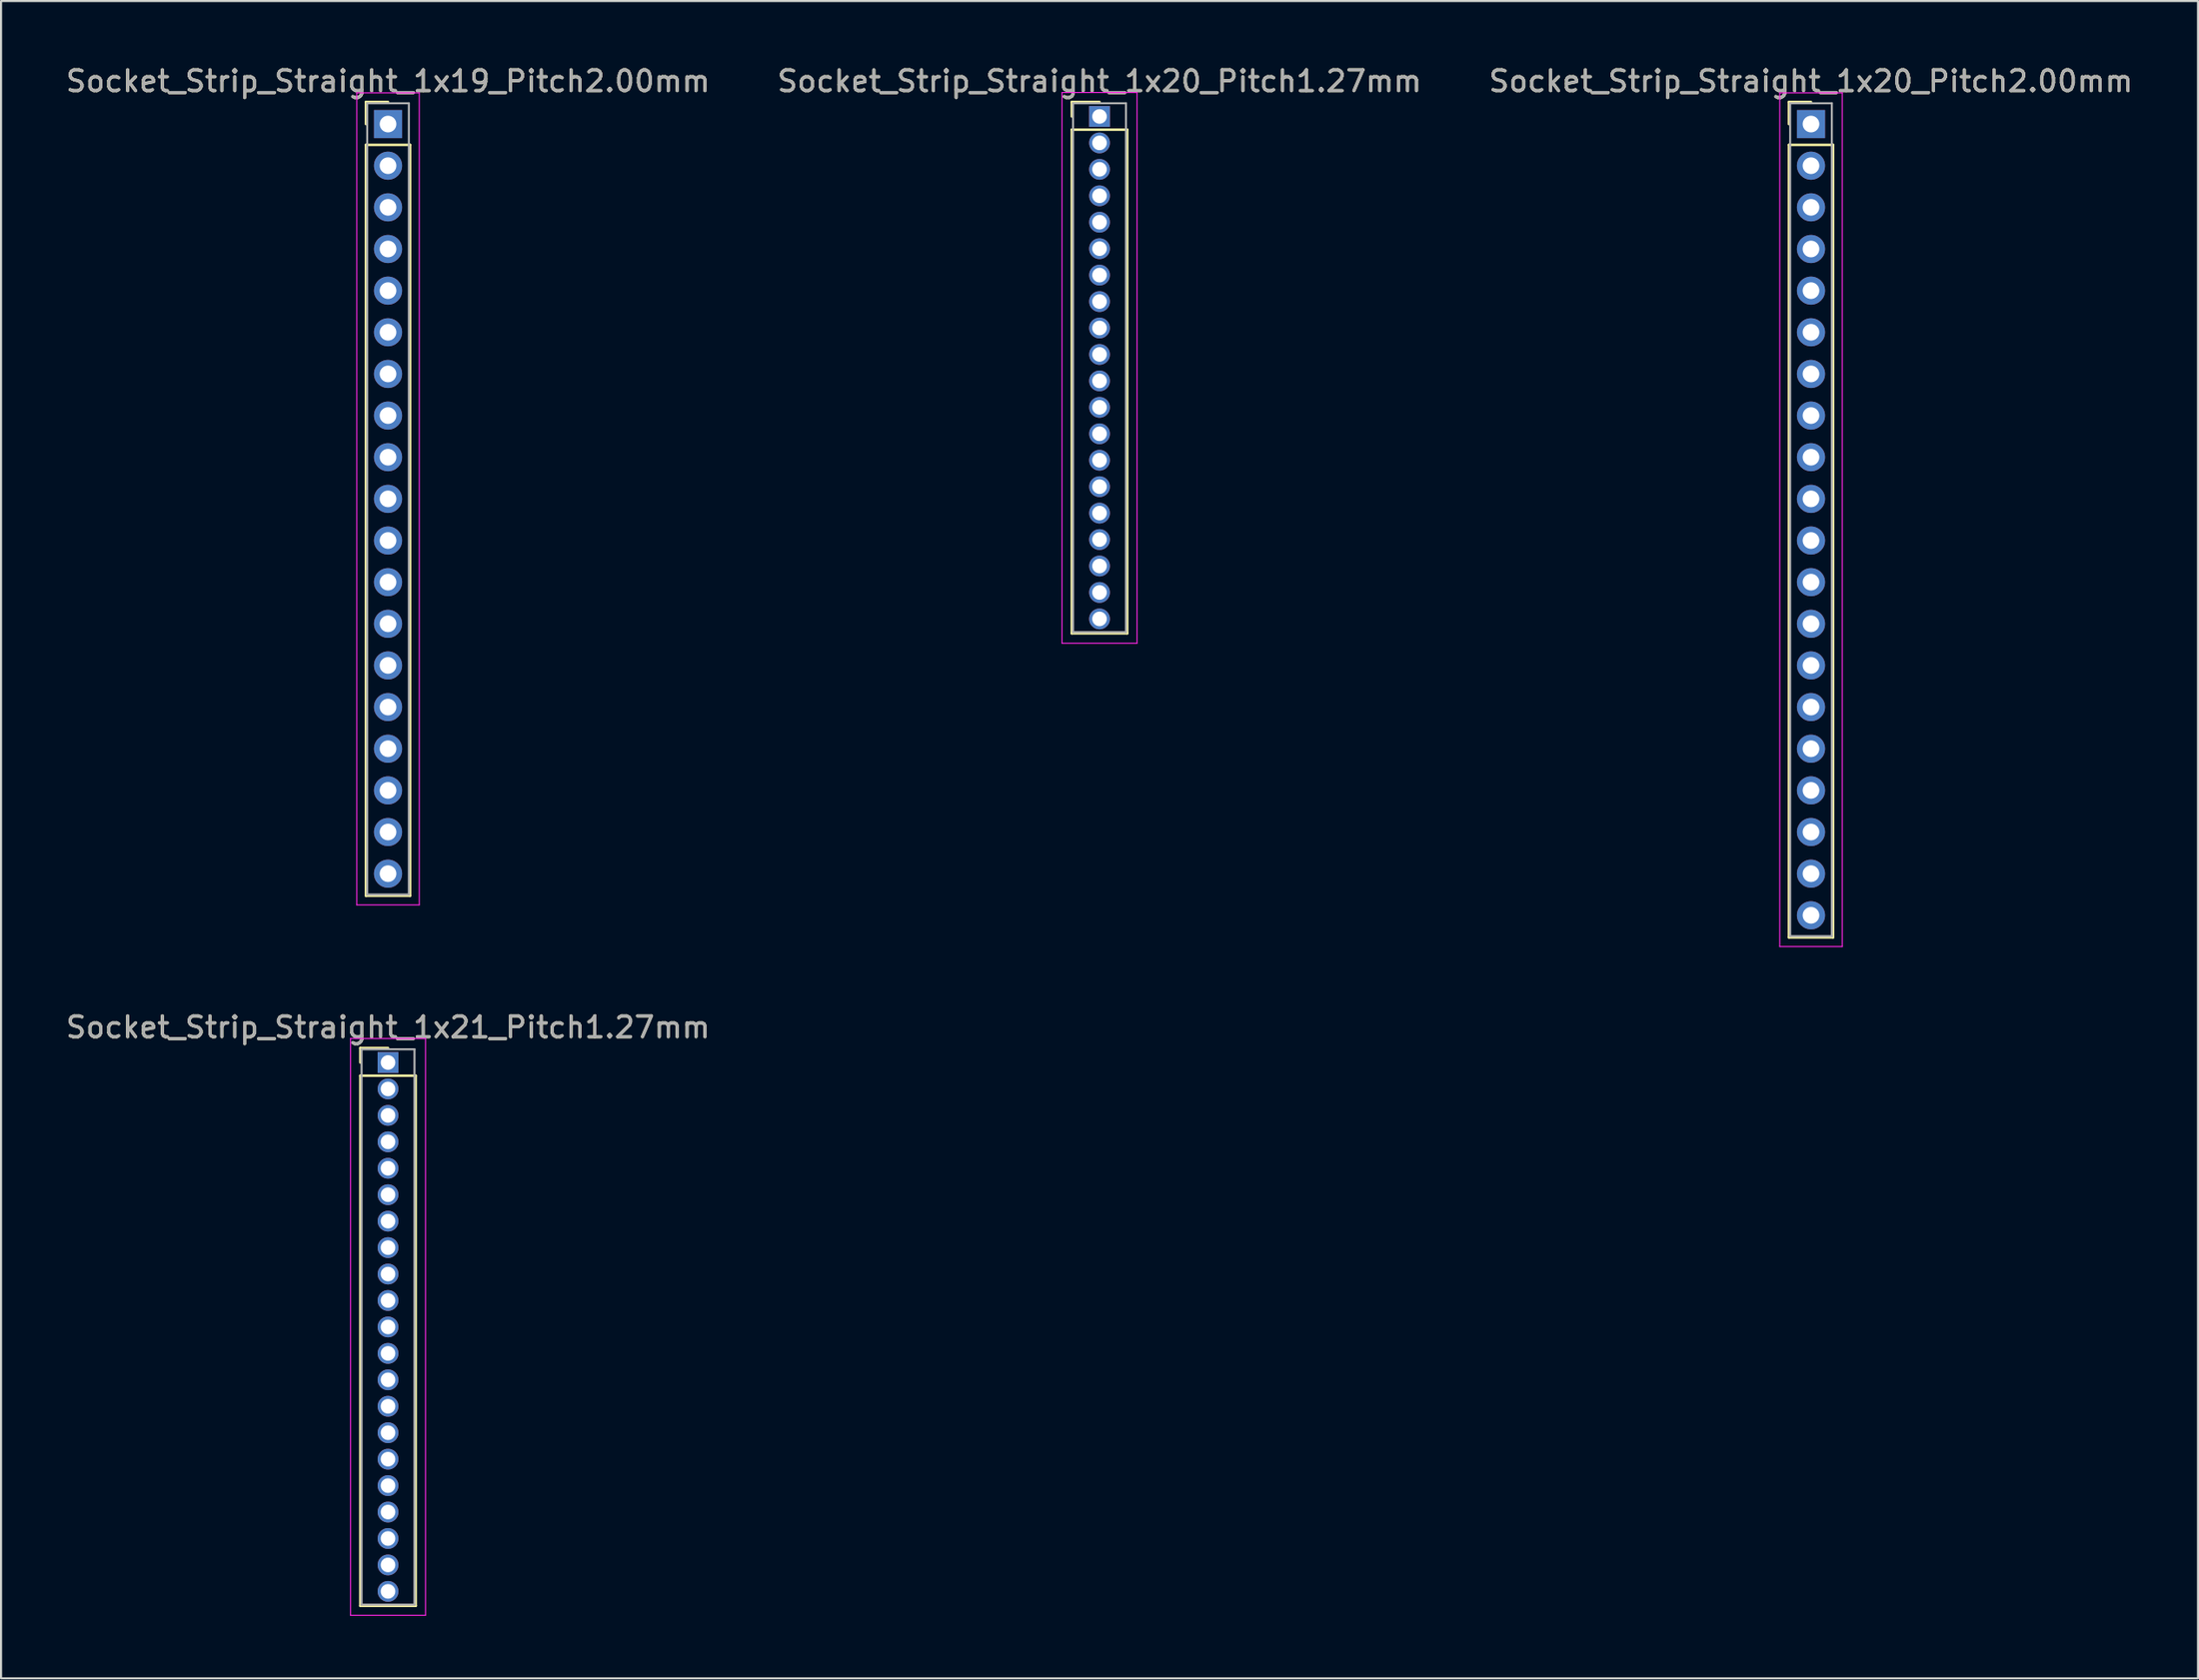
<source format=kicad_pcb>
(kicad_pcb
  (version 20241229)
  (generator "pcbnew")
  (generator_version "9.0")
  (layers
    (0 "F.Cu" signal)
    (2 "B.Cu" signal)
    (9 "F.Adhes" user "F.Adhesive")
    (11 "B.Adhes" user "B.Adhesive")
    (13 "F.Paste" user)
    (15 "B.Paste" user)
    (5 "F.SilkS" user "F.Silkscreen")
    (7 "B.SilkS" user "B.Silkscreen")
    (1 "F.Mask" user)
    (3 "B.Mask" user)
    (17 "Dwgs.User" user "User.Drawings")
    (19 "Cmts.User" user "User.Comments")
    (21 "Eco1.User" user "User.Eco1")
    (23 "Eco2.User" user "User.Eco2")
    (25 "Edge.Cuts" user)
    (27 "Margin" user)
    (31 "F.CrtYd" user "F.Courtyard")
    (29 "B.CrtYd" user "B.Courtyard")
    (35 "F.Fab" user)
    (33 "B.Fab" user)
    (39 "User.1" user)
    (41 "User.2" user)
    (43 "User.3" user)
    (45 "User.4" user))
  (footprint "Socket_Strip_Straight_1x21_Pitch1.27mm"
    (layer "F.Cu")
    (at 15.577 47.977)
    (property "Reference" "Socket_Strip_Straight_1x21_Pitch1.27mm" (at 0 -1.695 0) (layer "F.SilkS") (effects (font (size 1 1) (thickness 0.15))))
    (attr through_hole)
    (fp_line (start -1.33 -0.695) (end 0 -0.695) (stroke (width 0.12) (type solid)) (layer "F.SilkS"))
    (fp_line (start -1.33 0) (end -1.33 -0.695) (stroke (width 0.12) (type solid)) (layer "F.SilkS"))
    (fp_line (start -1.33 0.635) (end -1.33 26.095) (stroke (width 0.12) (type solid)) (layer "F.SilkS"))
    (fp_line (start -1.33 26.095) (end 1.33 26.095) (stroke (width 0.12) (type solid)) (layer "F.SilkS"))
    (fp_line (start 1.33 0.635) (end -1.33 0.635) (stroke (width 0.12) (type solid)) (layer "F.SilkS"))
    (fp_line (start 1.33 26.095) (end 1.33 0.635) (stroke (width 0.12) (type solid)) (layer "F.SilkS"))
    (fp_line (start -1.8 -1.15) (end -1.8 26.55) (stroke (width 0.05) (type solid)) (layer "F.CrtYd"))
    (fp_line (start -1.8 26.55) (end 1.8 26.55) (stroke (width 0.05) (type solid)) (layer "F.CrtYd"))
    (fp_line (start 1.8 -1.15) (end -1.8 -1.15) (stroke (width 0.05) (type solid)) (layer "F.CrtYd"))
    (fp_line (start 1.8 26.55) (end 1.8 -1.15) (stroke (width 0.05) (type solid)) (layer "F.CrtYd"))
    (fp_line (start -1.27 -0.635) (end -1.27 26.035) (stroke (width 0.1) (type solid)) (layer "F.Fab"))
    (fp_line (start -1.27 26.035) (end 1.27 26.035) (stroke (width 0.1) (type solid)) (layer "F.Fab"))
    (fp_line (start 1.27 -0.635) (end -1.27 -0.635) (stroke (width 0.1) (type solid)) (layer "F.Fab"))
    (fp_line (start 1.27 26.035) (end 1.27 -0.635) (stroke (width 0.1) (type solid)) (layer "F.Fab"))
    (fp_text user "${REFERENCE}" (at 0 -1.695 0) (layer "F.Fab") (effects (font (size 1 1) (thickness 0.15))))
    (pad "1" thru_hole rect (at 0 0) (size 1 1) (drill 0.7) (layers "*.Cu" "*.Mask"))
    (pad "2" thru_hole oval (at 0 1.27) (size 1 1) (drill 0.7) (layers "*.Cu" "*.Mask"))
    (pad "3" thru_hole oval (at 0 2.54) (size 1 1) (drill 0.7) (layers "*.Cu" "*.Mask"))
    (pad "4" thru_hole oval (at 0 3.81) (size 1 1) (drill 0.7) (layers "*.Cu" "*.Mask"))
    (pad "5" thru_hole oval (at 0 5.08) (size 1 1) (drill 0.7) (layers "*.Cu" "*.Mask"))
    (pad "6" thru_hole oval (at 0 6.35) (size 1 1) (drill 0.7) (layers "*.Cu" "*.Mask"))
    (pad "7" thru_hole oval (at 0 7.62) (size 1 1) (drill 0.7) (layers "*.Cu" "*.Mask"))
    (pad "8" thru_hole oval (at 0 8.89) (size 1 1) (drill 0.7) (layers "*.Cu" "*.Mask"))
    (pad "9" thru_hole oval (at 0 10.16) (size 1 1) (drill 0.7) (layers "*.Cu" "*.Mask"))
    (pad "10" thru_hole oval (at 0 11.43) (size 1 1) (drill 0.7) (layers "*.Cu" "*.Mask"))
    (pad "11" thru_hole oval (at 0 12.7) (size 1 1) (drill 0.7) (layers "*.Cu" "*.Mask"))
    (pad "12" thru_hole oval (at 0 13.97) (size 1 1) (drill 0.7) (layers "*.Cu" "*.Mask"))
    (pad "13" thru_hole oval (at 0 15.24) (size 1 1) (drill 0.7) (layers "*.Cu" "*.Mask"))
    (pad "14" thru_hole oval (at 0 16.51) (size 1 1) (drill 0.7) (layers "*.Cu" "*.Mask"))
    (pad "15" thru_hole oval (at 0 17.78) (size 1 1) (drill 0.7) (layers "*.Cu" "*.Mask"))
    (pad "16" thru_hole oval (at 0 19.05) (size 1 1) (drill 0.7) (layers "*.Cu" "*.Mask"))
    (pad "17" thru_hole oval (at 0 20.32) (size 1 1) (drill 0.7) (layers "*.Cu" "*.Mask"))
    (pad "18" thru_hole oval (at 0 21.59) (size 1 1) (drill 0.7) (layers "*.Cu" "*.Mask"))
    (pad "19" thru_hole oval (at 0 22.86) (size 1 1) (drill 0.7) (layers "*.Cu" "*.Mask"))
    (pad "20" thru_hole oval (at 0 24.13) (size 1 1) (drill 0.7) (layers "*.Cu" "*.Mask"))
    (pad "21" thru_hole oval (at 0 25.4) (size 1 1) (drill 0.7) (layers "*.Cu" "*.Mask")))
  (footprint "Socket_Strip_Straight_1x19_Pitch2.00mm"
    (layer "F.Cu")
    (at 15.577 2.908)
    (property "Reference" "Socket_Strip_Straight_1x19_Pitch2.00mm" (at 0 -2.06 0) (layer "F.SilkS") (effects (font (size 1 1) (thickness 0.15))))
    (attr through_hole)
    (fp_line (start -1.06 -1.06) (end 0 -1.06) (stroke (width 0.12) (type solid)) (layer "F.SilkS"))
    (fp_line (start -1.06 0) (end -1.06 -1.06) (stroke (width 0.12) (type solid)) (layer "F.SilkS"))
    (fp_line (start -1.06 1) (end -1.06 37.06) (stroke (width 0.12) (type solid)) (layer "F.SilkS"))
    (fp_line (start -1.06 37.06) (end 1.06 37.06) (stroke (width 0.12) (type solid)) (layer "F.SilkS"))
    (fp_line (start 1.06 1) (end -1.06 1) (stroke (width 0.12) (type solid)) (layer "F.SilkS"))
    (fp_line (start 1.06 37.06) (end 1.06 1) (stroke (width 0.12) (type solid)) (layer "F.SilkS"))
    (fp_line (start -1.5 -1.5) (end -1.5 37.5) (stroke (width 0.05) (type solid)) (layer "F.CrtYd"))
    (fp_line (start -1.5 37.5) (end 1.5 37.5) (stroke (width 0.05) (type solid)) (layer "F.CrtYd"))
    (fp_line (start 1.5 -1.5) (end -1.5 -1.5) (stroke (width 0.05) (type solid)) (layer "F.CrtYd"))
    (fp_line (start 1.5 37.5) (end 1.5 -1.5) (stroke (width 0.05) (type solid)) (layer "F.CrtYd"))
    (fp_line (start -1 -1) (end -1 37) (stroke (width 0.1) (type solid)) (layer "F.Fab"))
    (fp_line (start -1 37) (end 1 37) (stroke (width 0.1) (type solid)) (layer "F.Fab"))
    (fp_line (start 1 -1) (end -1 -1) (stroke (width 0.1) (type solid)) (layer "F.Fab"))
    (fp_line (start 1 37) (end 1 -1) (stroke (width 0.1) (type solid)) (layer "F.Fab"))
    (fp_text user "${REFERENCE}" (at 0 -2.06 0) (layer "F.Fab") (effects (font (size 1 1) (thickness 0.15))))
    (pad "1" thru_hole rect (at 0 0) (size 1.35 1.35) (drill 0.8) (layers "*.Cu" "*.Mask"))
    (pad "2" thru_hole oval (at 0 2) (size 1.35 1.35) (drill 0.8) (layers "*.Cu" "*.Mask"))
    (pad "3" thru_hole oval (at 0 4) (size 1.35 1.35) (drill 0.8) (layers "*.Cu" "*.Mask"))
    (pad "4" thru_hole oval (at 0 6) (size 1.35 1.35) (drill 0.8) (layers "*.Cu" "*.Mask"))
    (pad "5" thru_hole oval (at 0 8) (size 1.35 1.35) (drill 0.8) (layers "*.Cu" "*.Mask"))
    (pad "6" thru_hole oval (at 0 10) (size 1.35 1.35) (drill 0.8) (layers "*.Cu" "*.Mask"))
    (pad "7" thru_hole oval (at 0 12) (size 1.35 1.35) (drill 0.8) (layers "*.Cu" "*.Mask"))
    (pad "8" thru_hole oval (at 0 14) (size 1.35 1.35) (drill 0.8) (layers "*.Cu" "*.Mask"))
    (pad "9" thru_hole oval (at 0 16) (size 1.35 1.35) (drill 0.8) (layers "*.Cu" "*.Mask"))
    (pad "10" thru_hole oval (at 0 18) (size 1.35 1.35) (drill 0.8) (layers "*.Cu" "*.Mask"))
    (pad "11" thru_hole oval (at 0 20) (size 1.35 1.35) (drill 0.8) (layers "*.Cu" "*.Mask"))
    (pad "12" thru_hole oval (at 0 22) (size 1.35 1.35) (drill 0.8) (layers "*.Cu" "*.Mask"))
    (pad "13" thru_hole oval (at 0 24) (size 1.35 1.35) (drill 0.8) (layers "*.Cu" "*.Mask"))
    (pad "14" thru_hole oval (at 0 26) (size 1.35 1.35) (drill 0.8) (layers "*.Cu" "*.Mask"))
    (pad "15" thru_hole oval (at 0 28) (size 1.35 1.35) (drill 0.8) (layers "*.Cu" "*.Mask"))
    (pad "16" thru_hole oval (at 0 30) (size 1.35 1.35) (drill 0.8) (layers "*.Cu" "*.Mask"))
    (pad "17" thru_hole oval (at 0 32) (size 1.35 1.35) (drill 0.8) (layers "*.Cu" "*.Mask"))
    (pad "18" thru_hole oval (at 0 34) (size 1.35 1.35) (drill 0.8) (layers "*.Cu" "*.Mask"))
    (pad "19" thru_hole oval (at 0 36) (size 1.35 1.35) (drill 0.8) (layers "*.Cu" "*.Mask")))
  (footprint "Socket_Strip_Straight_1x20_Pitch2.00mm"
    (layer "F.Cu")
    (at 83.887 2.908)
    (property "Reference" "Socket_Strip_Straight_1x20_Pitch2.00mm" (at 0 -2.06 0) (layer "F.SilkS") (effects (font (size 1 1) (thickness 0.15))))
    (attr through_hole)
    (fp_line (start -1.06 -1.06) (end 0 -1.06) (stroke (width 0.12) (type solid)) (layer "F.SilkS"))
    (fp_line (start -1.06 0) (end -1.06 -1.06) (stroke (width 0.12) (type solid)) (layer "F.SilkS"))
    (fp_line (start -1.06 1) (end -1.06 39.06) (stroke (width 0.12) (type solid)) (layer "F.SilkS"))
    (fp_line (start -1.06 39.06) (end 1.06 39.06) (stroke (width 0.12) (type solid)) (layer "F.SilkS"))
    (fp_line (start 1.06 1) (end -1.06 1) (stroke (width 0.12) (type solid)) (layer "F.SilkS"))
    (fp_line (start 1.06 39.06) (end 1.06 1) (stroke (width 0.12) (type solid)) (layer "F.SilkS"))
    (fp_line (start -1.5 -1.5) (end -1.5 39.5) (stroke (width 0.05) (type solid)) (layer "F.CrtYd"))
    (fp_line (start -1.5 39.5) (end 1.5 39.5) (stroke (width 0.05) (type solid)) (layer "F.CrtYd"))
    (fp_line (start 1.5 -1.5) (end -1.5 -1.5) (stroke (width 0.05) (type solid)) (layer "F.CrtYd"))
    (fp_line (start 1.5 39.5) (end 1.5 -1.5) (stroke (width 0.05) (type solid)) (layer "F.CrtYd"))
    (fp_line (start -1 -1) (end -1 39) (stroke (width 0.1) (type solid)) (layer "F.Fab"))
    (fp_line (start -1 39) (end 1 39) (stroke (width 0.1) (type solid)) (layer "F.Fab"))
    (fp_line (start 1 -1) (end -1 -1) (stroke (width 0.1) (type solid)) (layer "F.Fab"))
    (fp_line (start 1 39) (end 1 -1) (stroke (width 0.1) (type solid)) (layer "F.Fab"))
    (fp_text user "${REFERENCE}" (at 0 -2.06 0) (layer "F.Fab") (effects (font (size 1 1) (thickness 0.15))))
    (pad "1" thru_hole rect (at 0 0) (size 1.35 1.35) (drill 0.8) (layers "*.Cu" "*.Mask"))
    (pad "2" thru_hole oval (at 0 2) (size 1.35 1.35) (drill 0.8) (layers "*.Cu" "*.Mask"))
    (pad "3" thru_hole oval (at 0 4) (size 1.35 1.35) (drill 0.8) (layers "*.Cu" "*.Mask"))
    (pad "4" thru_hole oval (at 0 6) (size 1.35 1.35) (drill 0.8) (layers "*.Cu" "*.Mask"))
    (pad "5" thru_hole oval (at 0 8) (size 1.35 1.35) (drill 0.8) (layers "*.Cu" "*.Mask"))
    (pad "6" thru_hole oval (at 0 10) (size 1.35 1.35) (drill 0.8) (layers "*.Cu" "*.Mask"))
    (pad "7" thru_hole oval (at 0 12) (size 1.35 1.35) (drill 0.8) (layers "*.Cu" "*.Mask"))
    (pad "8" thru_hole oval (at 0 14) (size 1.35 1.35) (drill 0.8) (layers "*.Cu" "*.Mask"))
    (pad "9" thru_hole oval (at 0 16) (size 1.35 1.35) (drill 0.8) (layers "*.Cu" "*.Mask"))
    (pad "10" thru_hole oval (at 0 18) (size 1.35 1.35) (drill 0.8) (layers "*.Cu" "*.Mask"))
    (pad "11" thru_hole oval (at 0 20) (size 1.35 1.35) (drill 0.8) (layers "*.Cu" "*.Mask"))
    (pad "12" thru_hole oval (at 0 22) (size 1.35 1.35) (drill 0.8) (layers "*.Cu" "*.Mask"))
    (pad "13" thru_hole oval (at 0 24) (size 1.35 1.35) (drill 0.8) (layers "*.Cu" "*.Mask"))
    (pad "14" thru_hole oval (at 0 26) (size 1.35 1.35) (drill 0.8) (layers "*.Cu" "*.Mask"))
    (pad "15" thru_hole oval (at 0 28) (size 1.35 1.35) (drill 0.8) (layers "*.Cu" "*.Mask"))
    (pad "16" thru_hole oval (at 0 30) (size 1.35 1.35) (drill 0.8) (layers "*.Cu" "*.Mask"))
    (pad "17" thru_hole oval (at 0 32) (size 1.35 1.35) (drill 0.8) (layers "*.Cu" "*.Mask"))
    (pad "18" thru_hole oval (at 0 34) (size 1.35 1.35) (drill 0.8) (layers "*.Cu" "*.Mask"))
    (pad "19" thru_hole oval (at 0 36) (size 1.35 1.35) (drill 0.8) (layers "*.Cu" "*.Mask"))
    (pad "20" thru_hole oval (at 0 38) (size 1.35 1.35) (drill 0.8) (layers "*.Cu" "*.Mask")))
  (footprint "Socket_Strip_Straight_1x20_Pitch1.27mm"
    (layer "F.Cu")
    (at 49.732 2.543)
    (property "Reference" "Socket_Strip_Straight_1x20_Pitch1.27mm" (at 0 -1.695 0) (layer "F.SilkS") (effects (font (size 1 1) (thickness 0.15))))
    (attr through_hole)
    (fp_line (start -1.33 -0.695) (end 0 -0.695) (stroke (width 0.12) (type solid)) (layer "F.SilkS"))
    (fp_line (start -1.33 0) (end -1.33 -0.695) (stroke (width 0.12) (type solid)) (layer "F.SilkS"))
    (fp_line (start -1.33 0.635) (end -1.33 24.825) (stroke (width 0.12) (type solid)) (layer "F.SilkS"))
    (fp_line (start -1.33 24.825) (end 1.33 24.825) (stroke (width 0.12) (type solid)) (layer "F.SilkS"))
    (fp_line (start 1.33 0.635) (end -1.33 0.635) (stroke (width 0.12) (type solid)) (layer "F.SilkS"))
    (fp_line (start 1.33 24.825) (end 1.33 0.635) (stroke (width 0.12) (type solid)) (layer "F.SilkS"))
    (fp_line (start -1.8 -1.15) (end -1.8 25.3) (stroke (width 0.05) (type solid)) (layer "F.CrtYd"))
    (fp_line (start -1.8 25.3) (end 1.8 25.3) (stroke (width 0.05) (type solid)) (layer "F.CrtYd"))
    (fp_line (start 1.8 -1.15) (end -1.8 -1.15) (stroke (width 0.05) (type solid)) (layer "F.CrtYd"))
    (fp_line (start 1.8 25.3) (end 1.8 -1.15) (stroke (width 0.05) (type solid)) (layer "F.CrtYd"))
    (fp_line (start -1.27 -0.635) (end -1.27 24.765) (stroke (width 0.1) (type solid)) (layer "F.Fab"))
    (fp_line (start -1.27 24.765) (end 1.27 24.765) (stroke (width 0.1) (type solid)) (layer "F.Fab"))
    (fp_line (start 1.27 -0.635) (end -1.27 -0.635) (stroke (width 0.1) (type solid)) (layer "F.Fab"))
    (fp_line (start 1.27 24.765) (end 1.27 -0.635) (stroke (width 0.1) (type solid)) (layer "F.Fab"))
    (fp_text user "${REFERENCE}" (at 0 -1.695 0) (layer "F.Fab") (effects (font (size 1 1) (thickness 0.15))))
    (pad "1" thru_hole rect (at 0 0) (size 1 1) (drill 0.7) (layers "*.Cu" "*.Mask"))
    (pad "2" thru_hole oval (at 0 1.27) (size 1 1) (drill 0.7) (layers "*.Cu" "*.Mask"))
    (pad "3" thru_hole oval (at 0 2.54) (size 1 1) (drill 0.7) (layers "*.Cu" "*.Mask"))
    (pad "4" thru_hole oval (at 0 3.81) (size 1 1) (drill 0.7) (layers "*.Cu" "*.Mask"))
    (pad "5" thru_hole oval (at 0 5.08) (size 1 1) (drill 0.7) (layers "*.Cu" "*.Mask"))
    (pad "6" thru_hole oval (at 0 6.35) (size 1 1) (drill 0.7) (layers "*.Cu" "*.Mask"))
    (pad "7" thru_hole oval (at 0 7.62) (size 1 1) (drill 0.7) (layers "*.Cu" "*.Mask"))
    (pad "8" thru_hole oval (at 0 8.89) (size 1 1) (drill 0.7) (layers "*.Cu" "*.Mask"))
    (pad "9" thru_hole oval (at 0 10.16) (size 1 1) (drill 0.7) (layers "*.Cu" "*.Mask"))
    (pad "10" thru_hole oval (at 0 11.43) (size 1 1) (drill 0.7) (layers "*.Cu" "*.Mask"))
    (pad "11" thru_hole oval (at 0 12.7) (size 1 1) (drill 0.7) (layers "*.Cu" "*.Mask"))
    (pad "12" thru_hole oval (at 0 13.97) (size 1 1) (drill 0.7) (layers "*.Cu" "*.Mask"))
    (pad "13" thru_hole oval (at 0 15.24) (size 1 1) (drill 0.7) (layers "*.Cu" "*.Mask"))
    (pad "14" thru_hole oval (at 0 16.51) (size 1 1) (drill 0.7) (layers "*.Cu" "*.Mask"))
    (pad "15" thru_hole oval (at 0 17.78) (size 1 1) (drill 0.7) (layers "*.Cu" "*.Mask"))
    (pad "16" thru_hole oval (at 0 19.05) (size 1 1) (drill 0.7) (layers "*.Cu" "*.Mask"))
    (pad "17" thru_hole oval (at 0 20.32) (size 1 1) (drill 0.7) (layers "*.Cu" "*.Mask"))
    (pad "18" thru_hole oval (at 0 21.59) (size 1 1) (drill 0.7) (layers "*.Cu" "*.Mask"))
    (pad "19" thru_hole oval (at 0 22.86) (size 1 1) (drill 0.7) (layers "*.Cu" "*.Mask"))
    (pad "20" thru_hole oval (at 0 24.13) (size 1 1) (drill 0.7) (layers "*.Cu" "*.Mask")))
  (gr_rect
    (start -3 -3)
    (end 102.464 77.552)
    (stroke (width 0.1) (type default))
    (fill no)
    (layer "Edge.Cuts")))
</source>
